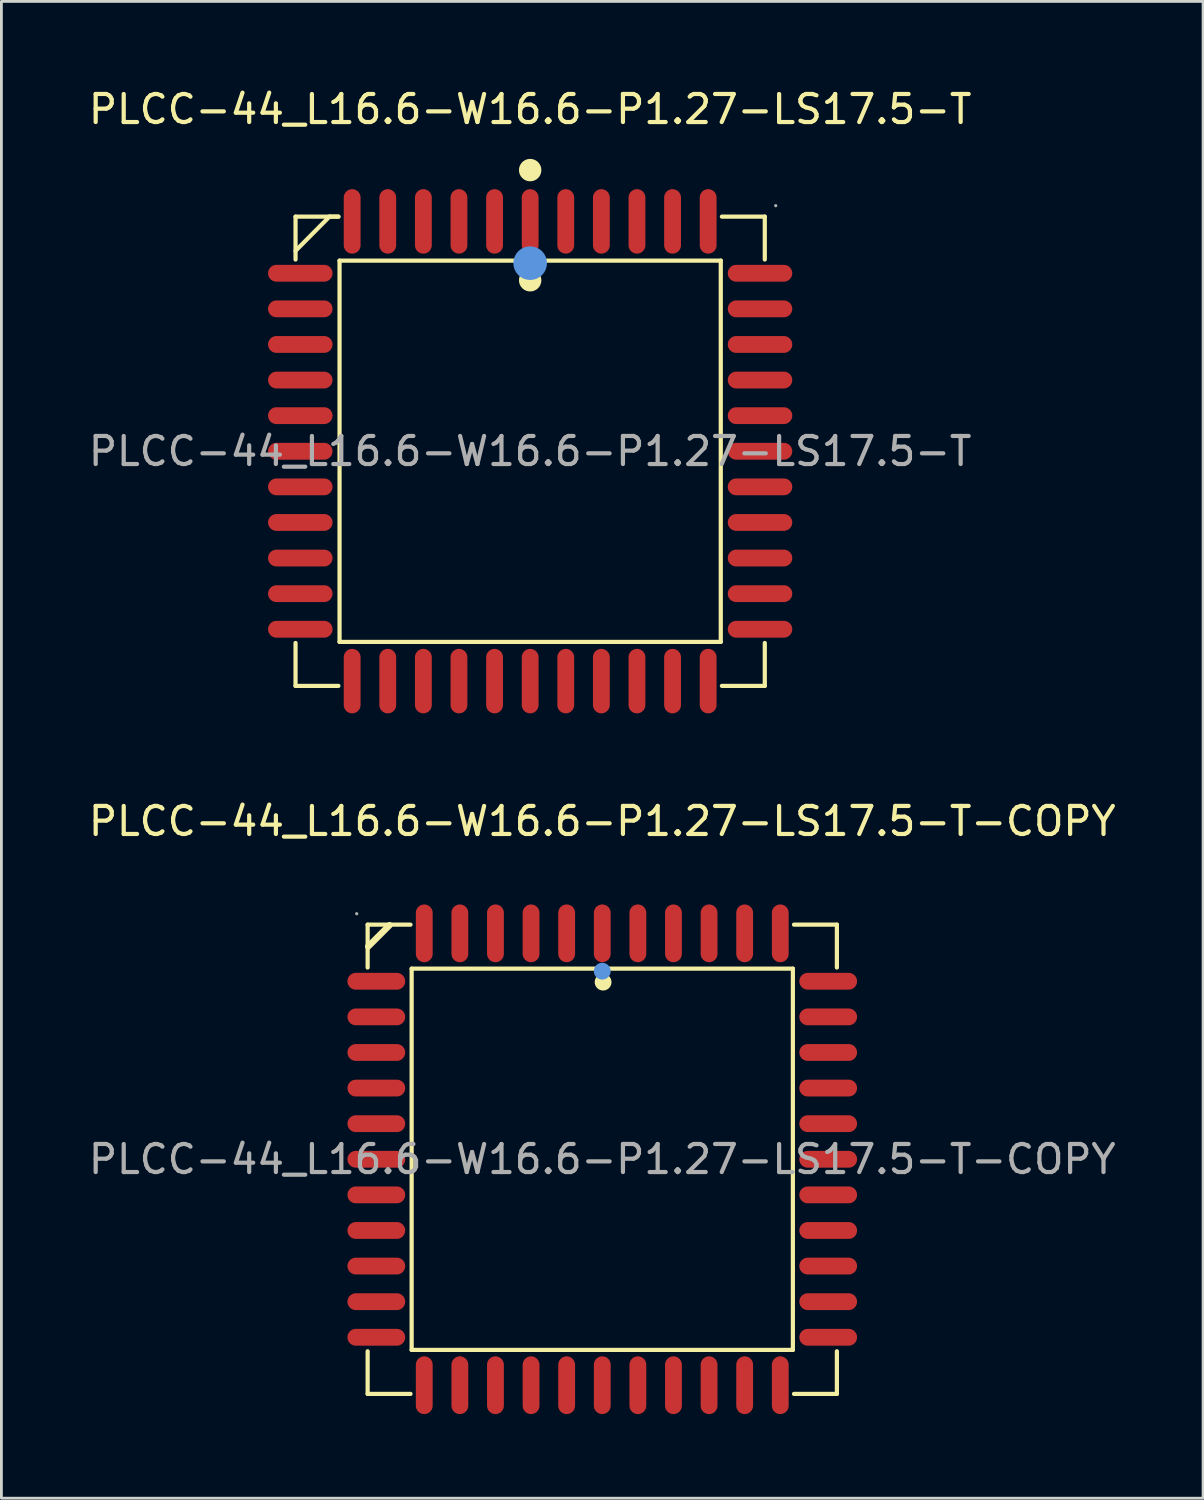
<source format=kicad_pcb>
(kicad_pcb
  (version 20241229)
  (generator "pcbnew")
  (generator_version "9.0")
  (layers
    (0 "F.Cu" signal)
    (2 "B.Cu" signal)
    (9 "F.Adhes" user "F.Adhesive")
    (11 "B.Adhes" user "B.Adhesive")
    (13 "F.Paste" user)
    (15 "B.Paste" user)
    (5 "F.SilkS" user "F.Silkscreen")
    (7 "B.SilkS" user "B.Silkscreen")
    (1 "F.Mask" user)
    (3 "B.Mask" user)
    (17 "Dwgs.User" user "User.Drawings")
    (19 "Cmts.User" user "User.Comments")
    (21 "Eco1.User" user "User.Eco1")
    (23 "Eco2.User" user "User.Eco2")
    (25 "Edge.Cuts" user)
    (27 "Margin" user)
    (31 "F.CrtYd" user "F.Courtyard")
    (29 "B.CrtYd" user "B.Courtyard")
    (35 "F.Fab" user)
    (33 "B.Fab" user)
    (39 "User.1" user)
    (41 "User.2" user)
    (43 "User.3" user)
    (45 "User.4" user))
  (footprint "PLCC-44_L16.6-W16.6-P1.27-LS17.5-T-COPY"
    (layer "F.Cu")
    (at 18.435 38.306)
    (property "Reference" "PLCC-44_L16.6-W16.6-P1.27-LS17.5-T-COPY" (at 0 -12.06 0) (layer "F.SilkS") (effects (font (size 1 1) (thickness 0.15))))
    (attr through_hole)
    (fp_line (start -8.37 -8.37) (end -8.37 -6.84) (stroke (width 0.15) (type solid)) (layer "F.SilkS"))
    (fp_line (start -8.37 8.37) (end -8.37 6.85) (stroke (width 0.15) (type solid)) (layer "F.SilkS"))
    (fp_line (start -7.59 -8.35) (end -8.35 -7.59) (stroke (width 0.23) (type solid)) (layer "F.SilkS"))
    (fp_line (start -6.84 -8.37) (end -8.37 -8.37) (stroke (width 0.15) (type solid)) (layer "F.SilkS"))
    (fp_line (start -6.84 8.37) (end -8.37 8.37) (stroke (width 0.15) (type solid)) (layer "F.SilkS"))
    (fp_line (start -6.8 -6.8) (end 6.8 -6.8) (stroke (width 0.15) (type solid)) (layer "F.SilkS"))
    (fp_line (start -6.8 6.8) (end -6.8 -6.8) (stroke (width 0.15) (type solid)) (layer "F.SilkS"))
    (fp_line (start 6.8 -6.8) (end 6.8 6.8) (stroke (width 0.15) (type solid)) (layer "F.SilkS"))
    (fp_line (start 6.8 6.8) (end -6.8 6.8) (stroke (width 0.15) (type solid)) (layer "F.SilkS"))
    (fp_line (start 6.84 -8.37) (end 8.37 -8.37) (stroke (width 0.15) (type solid)) (layer "F.SilkS"))
    (fp_line (start 6.84 8.37) (end 8.37 8.37) (stroke (width 0.15) (type solid)) (layer "F.SilkS"))
    (fp_line (start 8.37 -8.37) (end 8.37 -6.84) (stroke (width 0.15) (type solid)) (layer "F.SilkS"))
    (fp_line (start 8.37 8.37) (end 8.37 6.85) (stroke (width 0.15) (type solid)) (layer "F.SilkS"))
    (fp_circle (center 0.03 -6.32) (end 0.18 -6.32) (stroke (width 0.3) (type solid)) (fill no) (layer "F.SilkS"))
    (fp_circle (center 0 -6.71) (end 0.15 -6.71) (stroke (width 0.3) (type solid)) (fill no) (layer "Cmts.User"))
    (fp_circle (center -8.76 -8.76) (end -8.73 -8.76) (stroke (width 0.06) (type solid)) (fill no) (layer "F.Fab"))
    (fp_text user "${REFERENCE}" (at 0 0 0) (layer "F.Fab") (effects (font (size 1 1) (thickness 0.15))))
    (pad "1" smd oval (at 0 -8.06 270) (size 2.06 0.6) (layers "F.Cu" "F.Mask" "F.Paste"))
    (pad "2" smd oval (at -1.27 -8.06 270) (size 2.06 0.6) (layers "F.Cu" "F.Mask" "F.Paste"))
    (pad "3" smd oval (at -2.54 -8.06 270) (size 2.06 0.6) (layers "F.Cu" "F.Mask" "F.Paste"))
    (pad "4" smd oval (at -3.81 -8.06 270) (size 2.06 0.6) (layers "F.Cu" "F.Mask" "F.Paste"))
    (pad "5" smd oval (at -5.08 -8.06 270) (size 2.06 0.6) (layers "F.Cu" "F.Mask" "F.Paste"))
    (pad "6" smd oval (at -6.35 -8.06 270) (size 2.06 0.6) (layers "F.Cu" "F.Mask" "F.Paste"))
    (pad "7" smd oval (at -8.06 -6.35 270) (size 0.6 2.06) (layers "F.Cu" "F.Mask" "F.Paste"))
    (pad "8" smd oval (at -8.06 -5.08 270) (size 0.6 2.06) (layers "F.Cu" "F.Mask" "F.Paste"))
    (pad "9" smd oval (at -8.06 -3.81 270) (size 0.6 2.06) (layers "F.Cu" "F.Mask" "F.Paste"))
    (pad "10" smd oval (at -8.06 -2.54 270) (size 0.6 2.06) (layers "F.Cu" "F.Mask" "F.Paste"))
    (pad "11" smd oval (at -8.06 -1.27 270) (size 0.6 2.06) (layers "F.Cu" "F.Mask" "F.Paste"))
    (pad "12" smd oval (at -8.06 0 270) (size 0.6 2.06) (layers "F.Cu" "F.Mask" "F.Paste"))
    (pad "13" smd oval (at -8.06 1.27 270) (size 0.6 2.06) (layers "F.Cu" "F.Mask" "F.Paste"))
    (pad "14" smd oval (at -8.06 2.54 270) (size 0.6 2.06) (layers "F.Cu" "F.Mask" "F.Paste"))
    (pad "15" smd oval (at -8.06 3.81 270) (size 0.6 2.06) (layers "F.Cu" "F.Mask" "F.Paste"))
    (pad "16" smd oval (at -8.06 5.08 270) (size 0.6 2.06) (layers "F.Cu" "F.Mask" "F.Paste"))
    (pad "17" smd oval (at -8.06 6.35 270) (size 0.6 2.06) (layers "F.Cu" "F.Mask" "F.Paste"))
    (pad "18" smd oval (at -6.35 8.06 270) (size 2.06 0.6) (layers "F.Cu" "F.Mask" "F.Paste"))
    (pad "19" smd oval (at -5.08 8.06 270) (size 2.06 0.6) (layers "F.Cu" "F.Mask" "F.Paste"))
    (pad "20" smd oval (at -3.81 8.06 270) (size 2.06 0.6) (layers "F.Cu" "F.Mask" "F.Paste"))
    (pad "21" smd oval (at -2.54 8.06 270) (size 2.06 0.6) (layers "F.Cu" "F.Mask" "F.Paste"))
    (pad "22" smd oval (at -1.27 8.06 270) (size 2.06 0.6) (layers "F.Cu" "F.Mask" "F.Paste"))
    (pad "23" smd oval (at 0 8.06 270) (size 2.06 0.6) (layers "F.Cu" "F.Mask" "F.Paste"))
    (pad "24" smd oval (at 1.27 8.06 270) (size 2.06 0.6) (layers "F.Cu" "F.Mask" "F.Paste"))
    (pad "25" smd oval (at 2.54 8.06 270) (size 2.06 0.6) (layers "F.Cu" "F.Mask" "F.Paste"))
    (pad "26" smd oval (at 3.81 8.06 270) (size 2.06 0.6) (layers "F.Cu" "F.Mask" "F.Paste"))
    (pad "27" smd oval (at 5.08 8.06 270) (size 2.06 0.6) (layers "F.Cu" "F.Mask" "F.Paste"))
    (pad "28" smd oval (at 6.35 8.06 270) (size 2.06 0.6) (layers "F.Cu" "F.Mask" "F.Paste"))
    (pad "29" smd oval (at 8.06 6.35 270) (size 0.6 2.06) (layers "F.Cu" "F.Mask" "F.Paste"))
    (pad "30" smd oval (at 8.06 5.08 270) (size 0.6 2.06) (layers "F.Cu" "F.Mask" "F.Paste"))
    (pad "31" smd oval (at 8.06 3.81 270) (size 0.6 2.06) (layers "F.Cu" "F.Mask" "F.Paste"))
    (pad "32" smd oval (at 8.06 2.54 270) (size 0.6 2.06) (layers "F.Cu" "F.Mask" "F.Paste"))
    (pad "33" smd oval (at 8.06 1.27 270) (size 0.6 2.06) (layers "F.Cu" "F.Mask" "F.Paste"))
    (pad "34" smd oval (at 8.06 0 270) (size 0.6 2.06) (layers "F.Cu" "F.Mask" "F.Paste"))
    (pad "35" smd oval (at 8.06 -1.27 270) (size 0.6 2.06) (layers "F.Cu" "F.Mask" "F.Paste"))
    (pad "36" smd oval (at 8.06 -2.54 270) (size 0.6 2.06) (layers "F.Cu" "F.Mask" "F.Paste"))
    (pad "37" smd oval (at 8.06 -3.81 270) (size 0.6 2.06) (layers "F.Cu" "F.Mask" "F.Paste"))
    (pad "38" smd oval (at 8.06 -5.08 270) (size 0.6 2.06) (layers "F.Cu" "F.Mask" "F.Paste"))
    (pad "39" smd oval (at 8.06 -6.35 270) (size 0.6 2.06) (layers "F.Cu" "F.Mask" "F.Paste"))
    (pad "40" smd oval (at 6.35 -8.06 270) (size 2.06 0.6) (layers "F.Cu" "F.Mask" "F.Paste"))
    (pad "41" smd oval (at 5.08 -8.06 270) (size 2.06 0.6) (layers "F.Cu" "F.Mask" "F.Paste"))
    (pad "42" smd oval (at 3.81 -8.06 270) (size 2.06 0.6) (layers "F.Cu" "F.Mask" "F.Paste"))
    (pad "43" smd oval (at 2.54 -8.06 270) (size 2.06 0.6) (layers "F.Cu" "F.Mask" "F.Paste"))
    (pad "44" smd oval (at 1.27 -8.06 270) (size 2.06 0.6) (layers "F.Cu" "F.Mask" "F.Paste")))
  (footprint "PLCC-44_L16.6-W16.6-P1.27-LS17.5-T"
    (layer "F.Cu")
    (at 15.863 13.048)
    (property "Reference" "PLCC-44_L16.6-W16.6-P1.27-LS17.5-T" (at 0 -12.2 0) (layer "F.SilkS") (effects (font (size 1 1) (thickness 0.15))))
    (attr through_hole)
    (fp_line (start -8.37 -8.37) (end -8.37 -6.84) (stroke (width 0.15) (type solid)) (layer "F.SilkS"))
    (fp_line (start -8.37 8.37) (end -8.37 6.84) (stroke (width 0.15) (type solid)) (layer "F.SilkS"))
    (fp_line (start -7.16 -8.37) (end -8.37 -7.15) (stroke (width 0.15) (type solid)) (layer "F.SilkS"))
    (fp_line (start -6.84 -8.37) (end -8.37 -8.37) (stroke (width 0.15) (type solid)) (layer "F.SilkS"))
    (fp_line (start -6.84 -8.37) (end -7.16 -8.37) (stroke (width 0.15) (type solid)) (layer "F.SilkS"))
    (fp_line (start -6.84 8.37) (end -8.37 8.37) (stroke (width 0.15) (type solid)) (layer "F.SilkS"))
    (fp_line (start -6.8 -6.8) (end 6.8 -6.8) (stroke (width 0.15) (type solid)) (layer "F.SilkS"))
    (fp_line (start -6.8 6.8) (end -6.8 -6.8) (stroke (width 0.15) (type solid)) (layer "F.SilkS"))
    (fp_line (start 6.8 -6.8) (end 6.8 6.8) (stroke (width 0.15) (type solid)) (layer "F.SilkS"))
    (fp_line (start 6.8 6.8) (end -6.8 6.8) (stroke (width 0.15) (type solid)) (layer "F.SilkS"))
    (fp_line (start 6.84 -8.37) (end 8.37 -8.37) (stroke (width 0.15) (type solid)) (layer "F.SilkS"))
    (fp_line (start 6.84 8.37) (end 8.37 8.37) (stroke (width 0.15) (type solid)) (layer "F.SilkS"))
    (fp_line (start 8.37 -8.37) (end 8.37 -6.84) (stroke (width 0.15) (type solid)) (layer "F.SilkS"))
    (fp_line (start 8.37 8.37) (end 8.37 6.84) (stroke (width 0.15) (type solid)) (layer "F.SilkS"))
    (fp_circle (center 0 -10.03) (end 0.2 -10.03) (stroke (width 0.4) (type solid)) (fill no) (layer "F.SilkS"))
    (fp_circle (center 0 -6.1) (end 0.2 -6.1) (stroke (width 0.4) (type solid)) (fill no) (layer "F.SilkS"))
    (fp_circle (center 0 -6.71) (end 0.3 -6.71) (stroke (width 0.6) (type solid)) (fill no) (layer "Cmts.User"))
    (fp_circle (center 8.76 -8.76) (end 8.79 -8.76) (stroke (width 0.06) (type solid)) (fill no) (layer "F.Fab"))
    (fp_text user "${REFERENCE}" (at 0 0 0) (layer "F.Fab") (effects (font (size 1 1) (thickness 0.15))))
    (pad "1" smd oval (at 0 -8.2) (size 0.6 2.3) (layers "F.Cu" "F.Mask" "F.Paste"))
    (pad "2" smd oval (at -1.27 -8.2) (size 0.6 2.3) (layers "F.Cu" "F.Mask" "F.Paste"))
    (pad "3" smd oval (at -2.54 -8.2) (size 0.6 2.3) (layers "F.Cu" "F.Mask" "F.Paste"))
    (pad "4" smd oval (at -3.81 -8.2) (size 0.6 2.3) (layers "F.Cu" "F.Mask" "F.Paste"))
    (pad "5" smd oval (at -5.08 -8.2) (size 0.6 2.3) (layers "F.Cu" "F.Mask" "F.Paste"))
    (pad "6" smd oval (at -6.35 -8.2) (size 0.6 2.3) (layers "F.Cu" "F.Mask" "F.Paste"))
    (pad "7" smd oval (at -8.2 -6.35) (size 2.3 0.6) (layers "F.Cu" "F.Mask" "F.Paste"))
    (pad "8" smd oval (at -8.2 -5.08) (size 2.3 0.6) (layers "F.Cu" "F.Mask" "F.Paste"))
    (pad "9" smd oval (at -8.2 -3.81) (size 2.3 0.6) (layers "F.Cu" "F.Mask" "F.Paste"))
    (pad "10" smd oval (at -8.2 -2.54) (size 2.3 0.6) (layers "F.Cu" "F.Mask" "F.Paste"))
    (pad "11" smd oval (at -8.2 -1.27) (size 2.3 0.6) (layers "F.Cu" "F.Mask" "F.Paste"))
    (pad "12" smd oval (at -8.2 0) (size 2.3 0.6) (layers "F.Cu" "F.Mask" "F.Paste"))
    (pad "13" smd oval (at -8.2 1.27) (size 2.3 0.6) (layers "F.Cu" "F.Mask" "F.Paste"))
    (pad "14" smd oval (at -8.2 2.54) (size 2.3 0.6) (layers "F.Cu" "F.Mask" "F.Paste"))
    (pad "15" smd oval (at -8.2 3.81) (size 2.3 0.6) (layers "F.Cu" "F.Mask" "F.Paste"))
    (pad "16" smd oval (at -8.2 5.08) (size 2.3 0.6) (layers "F.Cu" "F.Mask" "F.Paste"))
    (pad "17" smd oval (at -8.2 6.35) (size 2.3 0.6) (layers "F.Cu" "F.Mask" "F.Paste"))
    (pad "18" smd oval (at -6.35 8.2) (size 0.6 2.3) (layers "F.Cu" "F.Mask" "F.Paste"))
    (pad "19" smd oval (at -5.08 8.2) (size 0.6 2.3) (layers "F.Cu" "F.Mask" "F.Paste"))
    (pad "20" smd oval (at -3.81 8.2) (size 0.6 2.3) (layers "F.Cu" "F.Mask" "F.Paste"))
    (pad "21" smd oval (at -2.54 8.2) (size 0.6 2.3) (layers "F.Cu" "F.Mask" "F.Paste"))
    (pad "22" smd oval (at -1.27 8.2) (size 0.6 2.3) (layers "F.Cu" "F.Mask" "F.Paste"))
    (pad "23" smd oval (at 0 8.2) (size 0.6 2.3) (layers "F.Cu" "F.Mask" "F.Paste"))
    (pad "24" smd oval (at 1.27 8.2) (size 0.6 2.3) (layers "F.Cu" "F.Mask" "F.Paste"))
    (pad "25" smd oval (at 2.54 8.2) (size 0.6 2.3) (layers "F.Cu" "F.Mask" "F.Paste"))
    (pad "26" smd oval (at 3.81 8.2) (size 0.6 2.3) (layers "F.Cu" "F.Mask" "F.Paste"))
    (pad "27" smd oval (at 5.08 8.2) (size 0.6 2.3) (layers "F.Cu" "F.Mask" "F.Paste"))
    (pad "28" smd oval (at 6.35 8.2) (size 0.6 2.3) (layers "F.Cu" "F.Mask" "F.Paste"))
    (pad "29" smd oval (at 8.2 6.35) (size 2.3 0.6) (layers "F.Cu" "F.Mask" "F.Paste"))
    (pad "30" smd oval (at 8.2 5.08) (size 2.3 0.6) (layers "F.Cu" "F.Mask" "F.Paste"))
    (pad "31" smd oval (at 8.2 3.81) (size 2.3 0.6) (layers "F.Cu" "F.Mask" "F.Paste"))
    (pad "32" smd oval (at 8.2 2.54) (size 2.3 0.6) (layers "F.Cu" "F.Mask" "F.Paste"))
    (pad "33" smd oval (at 8.2 1.27) (size 2.3 0.6) (layers "F.Cu" "F.Mask" "F.Paste"))
    (pad "34" smd oval (at 8.2 0) (size 2.3 0.6) (layers "F.Cu" "F.Mask" "F.Paste"))
    (pad "35" smd oval (at 8.2 -1.27) (size 2.3 0.6) (layers "F.Cu" "F.Mask" "F.Paste"))
    (pad "36" smd oval (at 8.2 -2.54) (size 2.3 0.6) (layers "F.Cu" "F.Mask" "F.Paste"))
    (pad "37" smd oval (at 8.2 -3.81) (size 2.3 0.6) (layers "F.Cu" "F.Mask" "F.Paste"))
    (pad "38" smd oval (at 8.2 -5.08) (size 2.3 0.6) (layers "F.Cu" "F.Mask" "F.Paste"))
    (pad "39" smd oval (at 8.2 -6.35) (size 2.3 0.6) (layers "F.Cu" "F.Mask" "F.Paste"))
    (pad "40" smd oval (at 6.35 -8.2) (size 0.6 2.3) (layers "F.Cu" "F.Mask" "F.Paste"))
    (pad "41" smd oval (at 5.08 -8.2) (size 0.6 2.3) (layers "F.Cu" "F.Mask" "F.Paste"))
    (pad "42" smd oval (at 3.81 -8.2) (size 0.6 2.3) (layers "F.Cu" "F.Mask" "F.Paste"))
    (pad "43" smd oval (at 2.54 -8.2) (size 0.6 2.3) (layers "F.Cu" "F.Mask" "F.Paste"))
    (pad "44" smd oval (at 1.27 -8.2) (size 0.6 2.3) (layers "F.Cu" "F.Mask" "F.Paste")))
  (gr_rect
    (start -3 -3)
    (end 39.869 50.397)
    (stroke (width 0.1) (type default))
    (fill no)
    (layer "Edge.Cuts")))
</source>
